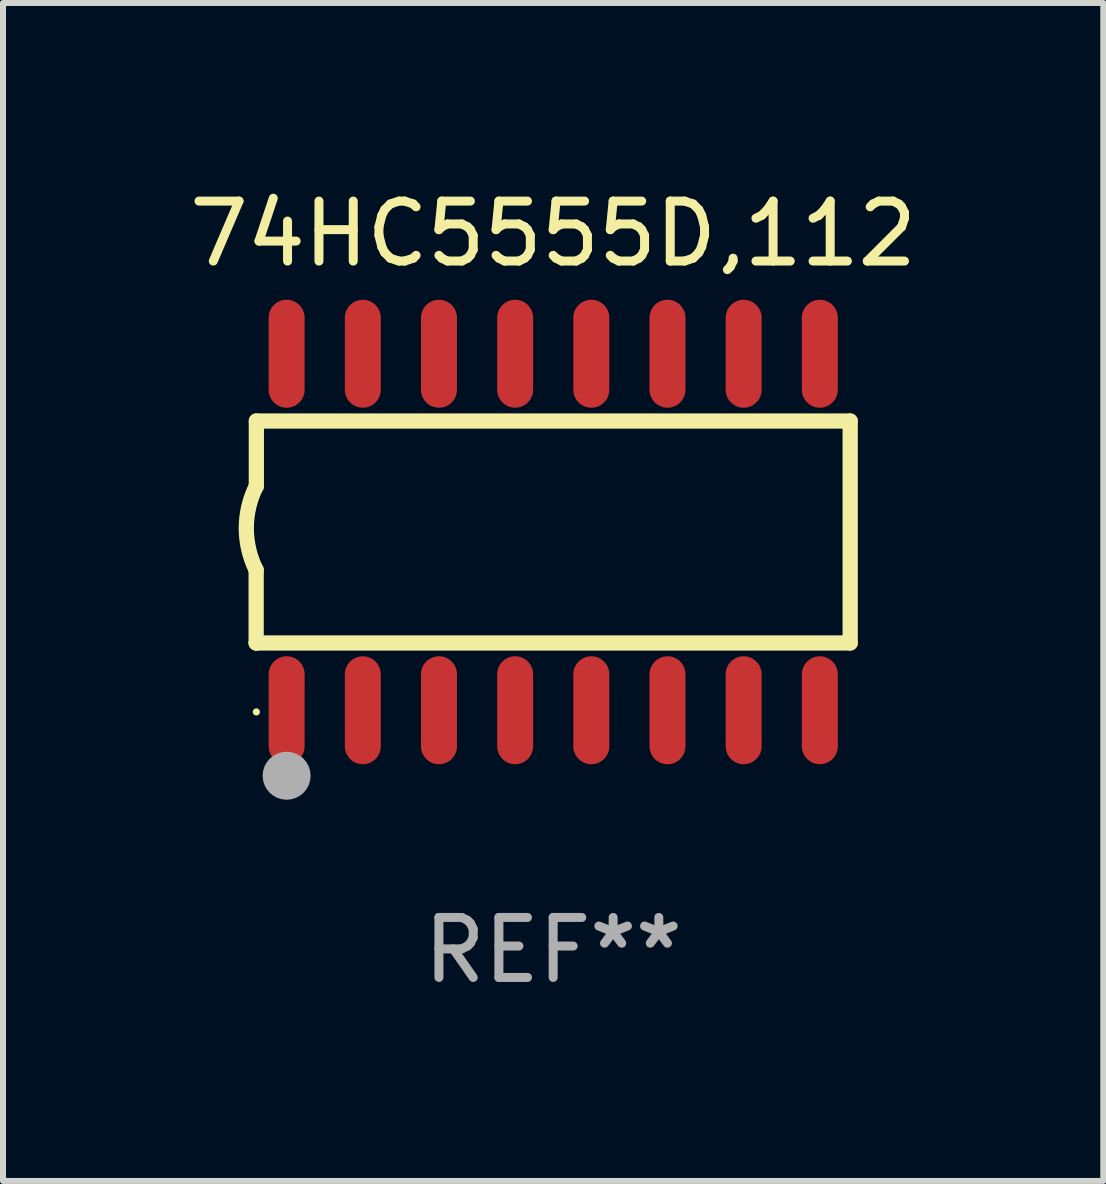
<source format=kicad_pcb>
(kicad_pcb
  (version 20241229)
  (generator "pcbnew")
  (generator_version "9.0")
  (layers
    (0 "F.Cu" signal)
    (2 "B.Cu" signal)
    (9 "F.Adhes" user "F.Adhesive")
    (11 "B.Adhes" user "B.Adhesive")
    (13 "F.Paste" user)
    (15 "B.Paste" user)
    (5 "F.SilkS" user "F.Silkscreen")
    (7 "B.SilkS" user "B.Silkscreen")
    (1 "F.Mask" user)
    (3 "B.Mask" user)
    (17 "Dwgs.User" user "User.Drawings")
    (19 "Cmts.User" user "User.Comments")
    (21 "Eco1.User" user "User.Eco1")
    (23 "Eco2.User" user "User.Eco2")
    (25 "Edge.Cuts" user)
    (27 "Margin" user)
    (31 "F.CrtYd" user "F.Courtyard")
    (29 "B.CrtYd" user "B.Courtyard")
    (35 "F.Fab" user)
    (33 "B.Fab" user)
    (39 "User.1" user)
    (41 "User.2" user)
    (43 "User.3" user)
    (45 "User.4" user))
  (footprint "74HC5555D,112"
    (layer "F.Cu")
    (at 6.173 5.82)
    (property "Reference" "74HC5555D,112" (at 0 -4.972 0) (layer "F.SilkS") (effects (font (size 1 1) (thickness 0.15))))
    (attr through_hole)
    (fp_line (start -4.952 0.635) (end -4.952 1.85) (stroke (width 0.254) (type solid)) (layer "F.SilkS"))
    (fp_line (start -4.952 1.85) (end -4.949 1.85) (stroke (width 0.254) (type solid)) (layer "F.SilkS"))
    (fp_line (start -4.949 -1.85) (end -4.949 -0.762) (stroke (width 0.254) (type solid)) (layer "F.SilkS"))
    (fp_line (start -4.949 1.85) (end 4.952 1.85) (stroke (width 0.254) (type solid)) (layer "F.SilkS"))
    (fp_line (start 4.952 -1.85) (end -4.949 -1.85) (stroke (width 0.254) (type solid)) (layer "F.SilkS"))
    (fp_line (start 4.952 1.85) (end 4.952 -1.85) (stroke (width 0.254) (type solid)) (layer "F.SilkS"))
    (fp_arc (start -4.951524 0.635001) (mid -5.116418 -0.0635) (end -4.951524 -0.762002) (stroke (width 0.254001) (type solid)) (layer "F.SilkS"))
    (fp_circle (center -4.949 3) (end -4.919 3) (stroke (width 0.06) (type solid)) (fill no) (layer "F.SilkS"))
    (fp_circle (center -4.444 4.064) (end -4.244 4.064) (stroke (width 0.4) (type solid)) (fill no) (layer "F.Fab"))
    (fp_text user "REF**" (at 0 6.972 0) (layer "F.Fab") (effects (font (size 1 1) (thickness 0.15))))
    (pad "1" smd oval (at -4.444 2.972 180) (size 0.6 1.8) (layers "F.Cu" "F.Mask" "F.Paste"))
    (pad "2" smd oval (at -3.174 2.972 180) (size 0.6 1.8) (layers "F.Cu" "F.Mask" "F.Paste"))
    (pad "3" smd oval (at -1.904 2.972 180) (size 0.6 1.8) (layers "F.Cu" "F.Mask" "F.Paste"))
    (pad "4" smd oval (at -0.634 2.972 180) (size 0.6 1.8) (layers "F.Cu" "F.Mask" "F.Paste"))
    (pad "5" smd oval (at 0.636 2.972 180) (size 0.6 1.8) (layers "F.Cu" "F.Mask" "F.Paste"))
    (pad "6" smd oval (at 1.906 2.972 180) (size 0.6 1.8) (layers "F.Cu" "F.Mask" "F.Paste"))
    (pad "7" smd oval (at 3.176 2.972 180) (size 0.6 1.8) (layers "F.Cu" "F.Mask" "F.Paste"))
    (pad "8" smd oval (at 4.446 2.972 180) (size 0.6 1.8) (layers "F.Cu" "F.Mask" "F.Paste"))
    (pad "9" smd oval (at 4.446 -2.972 180) (size 0.6 1.8) (layers "F.Cu" "F.Mask" "F.Paste"))
    (pad "10" smd oval (at 3.176 -2.972 180) (size 0.6 1.8) (layers "F.Cu" "F.Mask" "F.Paste"))
    (pad "11" smd oval (at 1.906 -2.972 180) (size 0.6 1.8) (layers "F.Cu" "F.Mask" "F.Paste"))
    (pad "12" smd oval (at 0.636 -2.972 180) (size 0.6 1.8) (layers "F.Cu" "F.Mask" "F.Paste"))
    (pad "13" smd oval (at -0.634 -2.972 180) (size 0.6 1.8) (layers "F.Cu" "F.Mask" "F.Paste"))
    (pad "14" smd oval (at -1.904 -2.972 180) (size 0.6 1.8) (layers "F.Cu" "F.Mask" "F.Paste"))
    (pad "15" smd oval (at -3.174 -2.972 180) (size 0.6 1.8) (layers "F.Cu" "F.Mask" "F.Paste"))
    (pad "16" smd oval (at -4.444 -2.972 180) (size 0.6 1.8) (layers "F.Cu" "F.Mask" "F.Paste")))
  (gr_rect
    (start -3 -3)
    (end 15.345 16.64)
    (stroke (width 0.1) (type default))
    (fill no)
    (layer "Edge.Cuts")))
</source>
